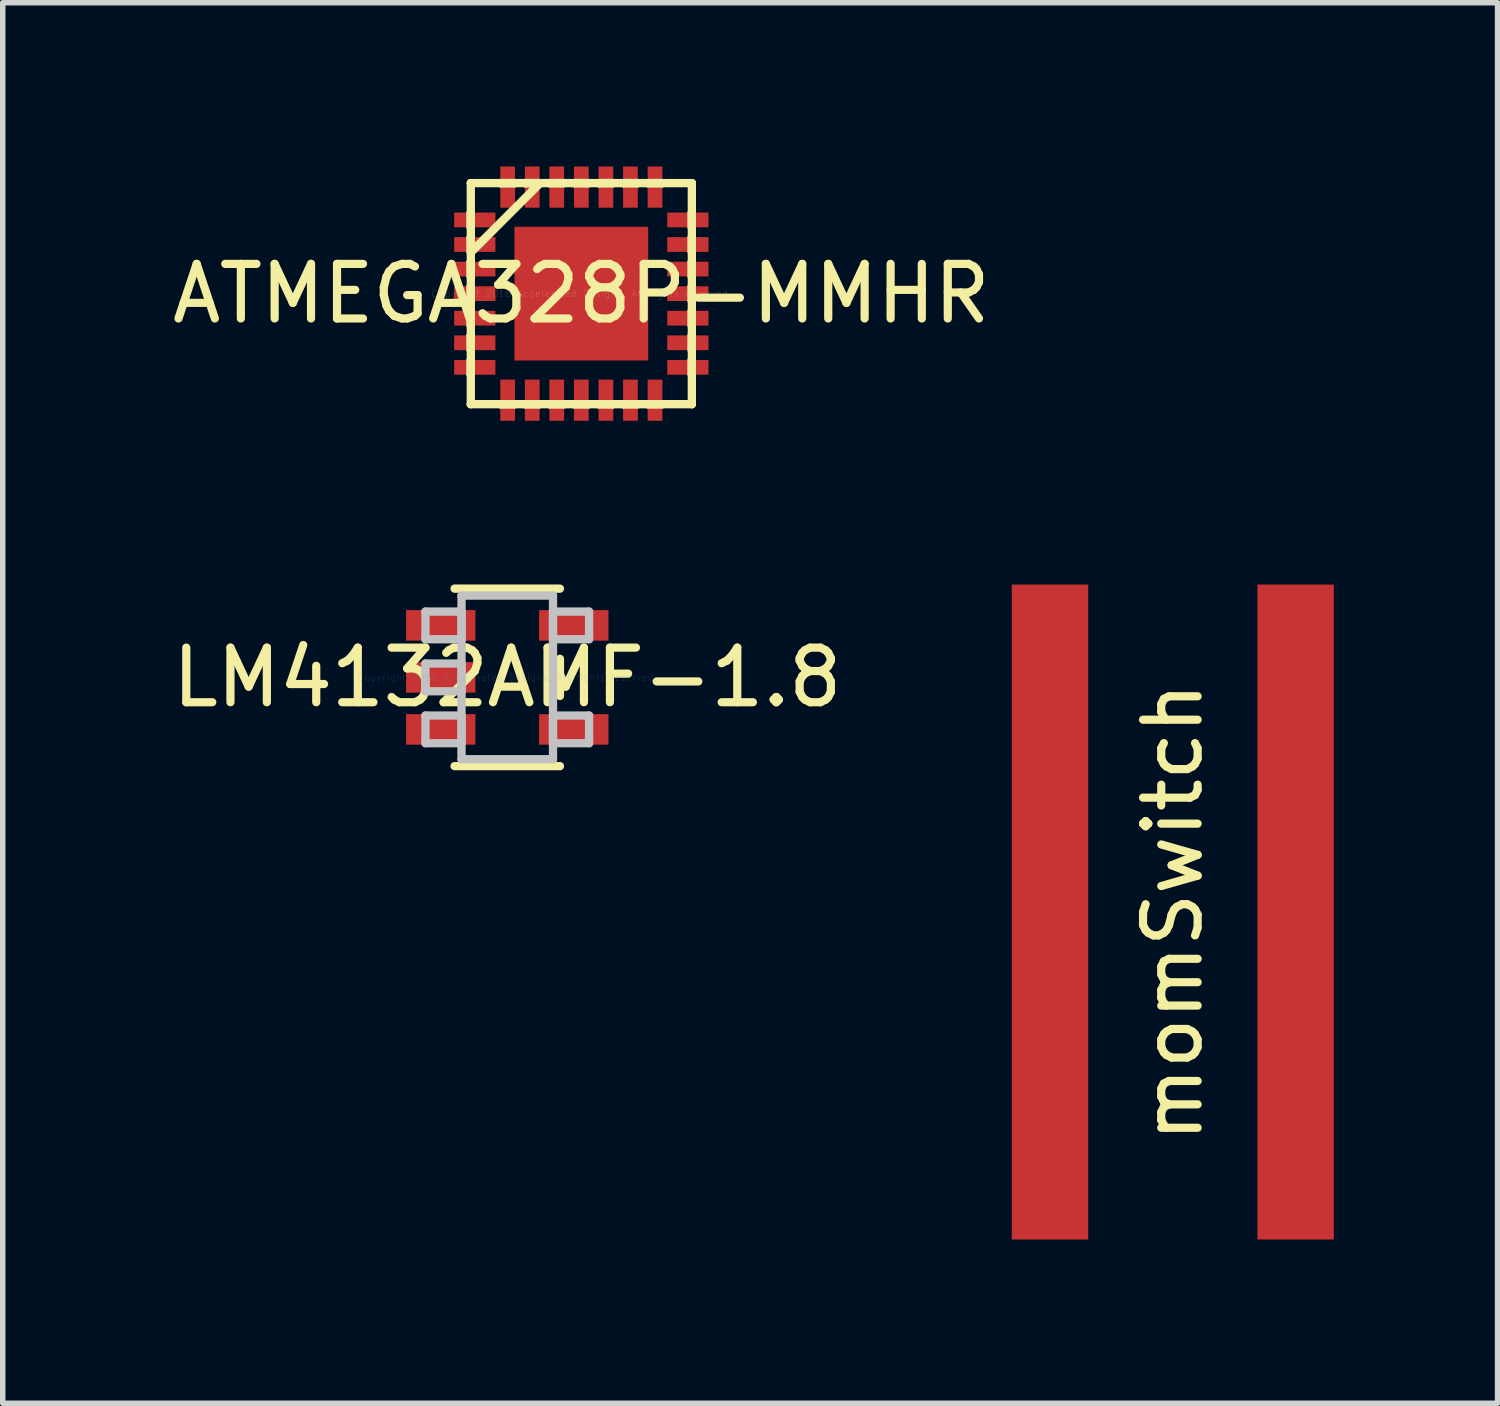
<source format=kicad_pcb>
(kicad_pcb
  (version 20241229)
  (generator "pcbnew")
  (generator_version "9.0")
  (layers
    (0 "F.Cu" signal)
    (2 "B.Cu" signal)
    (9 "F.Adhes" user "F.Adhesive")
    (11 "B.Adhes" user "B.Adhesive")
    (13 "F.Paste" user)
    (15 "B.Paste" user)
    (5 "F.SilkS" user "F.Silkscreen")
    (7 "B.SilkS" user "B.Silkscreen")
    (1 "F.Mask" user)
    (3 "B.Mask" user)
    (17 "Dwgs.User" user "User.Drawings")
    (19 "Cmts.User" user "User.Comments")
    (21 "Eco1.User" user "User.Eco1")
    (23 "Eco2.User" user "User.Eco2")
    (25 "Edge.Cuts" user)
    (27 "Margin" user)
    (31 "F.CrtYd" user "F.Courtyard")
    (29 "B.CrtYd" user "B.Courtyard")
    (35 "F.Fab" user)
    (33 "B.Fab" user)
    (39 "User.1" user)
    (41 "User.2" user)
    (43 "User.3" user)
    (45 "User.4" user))
  (footprint "ATMEGA328P-MMHR"
    (layer "F.Cu")
    (at 7.601 2.33)
    (property "Reference" "ATMEGA328P-MMHR" (at 0 0 0) (layer "F.SilkS") (effects (font (size 1 1) (thickness 0.15))))
    (attr through_hole)
    (fp_line (start -2.025 -2.025) (end -2.025 -2.025) (stroke (width 0.152) (type solid)) (layer "F.SilkS"))
    (fp_line (start -2.025 -2.025) (end -2.025 2.025) (stroke (width 0.152) (type solid)) (layer "F.SilkS"))
    (fp_line (start -2.025 -1.485) (end -2.025 -1.485) (stroke (width 0.152) (type solid)) (layer "F.SilkS"))
    (fp_line (start -2.025 -1.485) (end -2.025 -1.215) (stroke (width 0.152) (type solid)) (layer "F.SilkS"))
    (fp_line (start -2.025 -1.215) (end -2.025 -1.485) (stroke (width 0.152) (type solid)) (layer "F.SilkS"))
    (fp_line (start -2.025 -1.215) (end -2.025 -1.215) (stroke (width 0.152) (type solid)) (layer "F.SilkS"))
    (fp_line (start -2.025 -1.035) (end -2.025 -1.035) (stroke (width 0.152) (type solid)) (layer "F.SilkS"))
    (fp_line (start -2.025 -1.035) (end -2.025 -0.765) (stroke (width 0.152) (type solid)) (layer "F.SilkS"))
    (fp_line (start -2.025 -0.765) (end -2.025 -1.035) (stroke (width 0.152) (type solid)) (layer "F.SilkS"))
    (fp_line (start -2.025 -0.765) (end -2.025 -0.765) (stroke (width 0.152) (type solid)) (layer "F.SilkS"))
    (fp_line (start -2.025 -0.755) (end -0.755 -2.025) (stroke (width 0.152) (type solid)) (layer "F.SilkS"))
    (fp_line (start -2.025 -0.585) (end -2.025 -0.585) (stroke (width 0.152) (type solid)) (layer "F.SilkS"))
    (fp_line (start -2.025 -0.585) (end -2.025 -0.315) (stroke (width 0.152) (type solid)) (layer "F.SilkS"))
    (fp_line (start -2.025 -0.315) (end -2.025 -0.585) (stroke (width 0.152) (type solid)) (layer "F.SilkS"))
    (fp_line (start -2.025 -0.315) (end -2.025 -0.315) (stroke (width 0.152) (type solid)) (layer "F.SilkS"))
    (fp_line (start -2.025 -0.135) (end -2.025 -0.135) (stroke (width 0.152) (type solid)) (layer "F.SilkS"))
    (fp_line (start -2.025 -0.135) (end -2.025 0.135) (stroke (width 0.152) (type solid)) (layer "F.SilkS"))
    (fp_line (start -2.025 0.135) (end -2.025 -0.135) (stroke (width 0.152) (type solid)) (layer "F.SilkS"))
    (fp_line (start -2.025 0.135) (end -2.025 0.135) (stroke (width 0.152) (type solid)) (layer "F.SilkS"))
    (fp_line (start -2.025 0.315) (end -2.025 0.315) (stroke (width 0.152) (type solid)) (layer "F.SilkS"))
    (fp_line (start -2.025 0.315) (end -2.025 0.585) (stroke (width 0.152) (type solid)) (layer "F.SilkS"))
    (fp_line (start -2.025 0.585) (end -2.025 0.315) (stroke (width 0.152) (type solid)) (layer "F.SilkS"))
    (fp_line (start -2.025 0.585) (end -2.025 0.585) (stroke (width 0.152) (type solid)) (layer "F.SilkS"))
    (fp_line (start -2.025 0.765) (end -2.025 0.765) (stroke (width 0.152) (type solid)) (layer "F.SilkS"))
    (fp_line (start -2.025 0.765) (end -2.025 1.035) (stroke (width 0.152) (type solid)) (layer "F.SilkS"))
    (fp_line (start -2.025 1.035) (end -2.025 0.765) (stroke (width 0.152) (type solid)) (layer "F.SilkS"))
    (fp_line (start -2.025 1.035) (end -2.025 1.035) (stroke (width 0.152) (type solid)) (layer "F.SilkS"))
    (fp_line (start -2.025 1.215) (end -2.025 1.215) (stroke (width 0.152) (type solid)) (layer "F.SilkS"))
    (fp_line (start -2.025 1.215) (end -2.025 1.485) (stroke (width 0.152) (type solid)) (layer "F.SilkS"))
    (fp_line (start -2.025 1.485) (end -2.025 1.215) (stroke (width 0.152) (type solid)) (layer "F.SilkS"))
    (fp_line (start -2.025 1.485) (end -2.025 1.485) (stroke (width 0.152) (type solid)) (layer "F.SilkS"))
    (fp_line (start -2.025 2.025) (end -2.025 2.025) (stroke (width 0.152) (type solid)) (layer "F.SilkS"))
    (fp_line (start -2.025 2.025) (end 2.025 2.025) (stroke (width 0.152) (type solid)) (layer "F.SilkS"))
    (fp_line (start -1.485 -2.025) (end -1.485 -2.025) (stroke (width 0.152) (type solid)) (layer "F.SilkS"))
    (fp_line (start -1.485 -2.025) (end -1.215 -2.025) (stroke (width 0.152) (type solid)) (layer "F.SilkS"))
    (fp_line (start -1.485 2.025) (end -1.485 2.025) (stroke (width 0.152) (type solid)) (layer "F.SilkS"))
    (fp_line (start -1.485 2.025) (end -1.215 2.025) (stroke (width 0.152) (type solid)) (layer "F.SilkS"))
    (fp_line (start -1.215 -2.025) (end -1.485 -2.025) (stroke (width 0.152) (type solid)) (layer "F.SilkS"))
    (fp_line (start -1.215 -2.025) (end -1.215 -2.025) (stroke (width 0.152) (type solid)) (layer "F.SilkS"))
    (fp_line (start -1.215 2.025) (end -1.485 2.025) (stroke (width 0.152) (type solid)) (layer "F.SilkS"))
    (fp_line (start -1.215 2.025) (end -1.215 2.025) (stroke (width 0.152) (type solid)) (layer "F.SilkS"))
    (fp_line (start -1.035 -2.025) (end -1.035 -2.025) (stroke (width 0.152) (type solid)) (layer "F.SilkS"))
    (fp_line (start -1.035 -2.025) (end -0.765 -2.025) (stroke (width 0.152) (type solid)) (layer "F.SilkS"))
    (fp_line (start -1.035 2.025) (end -1.035 2.025) (stroke (width 0.152) (type solid)) (layer "F.SilkS"))
    (fp_line (start -1.035 2.025) (end -0.765 2.025) (stroke (width 0.152) (type solid)) (layer "F.SilkS"))
    (fp_line (start -0.765 -2.025) (end -1.035 -2.025) (stroke (width 0.152) (type solid)) (layer "F.SilkS"))
    (fp_line (start -0.765 -2.025) (end -0.765 -2.025) (stroke (width 0.152) (type solid)) (layer "F.SilkS"))
    (fp_line (start -0.765 2.025) (end -1.035 2.025) (stroke (width 0.152) (type solid)) (layer "F.SilkS"))
    (fp_line (start -0.765 2.025) (end -0.765 2.025) (stroke (width 0.152) (type solid)) (layer "F.SilkS"))
    (fp_line (start -0.585 -2.025) (end -0.585 -2.025) (stroke (width 0.152) (type solid)) (layer "F.SilkS"))
    (fp_line (start -0.585 -2.025) (end -0.315 -2.025) (stroke (width 0.152) (type solid)) (layer "F.SilkS"))
    (fp_line (start -0.585 2.025) (end -0.585 2.025) (stroke (width 0.152) (type solid)) (layer "F.SilkS"))
    (fp_line (start -0.585 2.025) (end -0.315 2.025) (stroke (width 0.152) (type solid)) (layer "F.SilkS"))
    (fp_line (start -0.315 -2.025) (end -0.585 -2.025) (stroke (width 0.152) (type solid)) (layer "F.SilkS"))
    (fp_line (start -0.315 -2.025) (end -0.315 -2.025) (stroke (width 0.152) (type solid)) (layer "F.SilkS"))
    (fp_line (start -0.315 2.025) (end -0.585 2.025) (stroke (width 0.152) (type solid)) (layer "F.SilkS"))
    (fp_line (start -0.315 2.025) (end -0.315 2.025) (stroke (width 0.152) (type solid)) (layer "F.SilkS"))
    (fp_line (start -0.135 -2.025) (end -0.135 -2.025) (stroke (width 0.152) (type solid)) (layer "F.SilkS"))
    (fp_line (start -0.135 -2.025) (end 0.135 -2.025) (stroke (width 0.152) (type solid)) (layer "F.SilkS"))
    (fp_line (start -0.135 2.025) (end -0.135 2.025) (stroke (width 0.152) (type solid)) (layer "F.SilkS"))
    (fp_line (start -0.135 2.025) (end 0.135 2.025) (stroke (width 0.152) (type solid)) (layer "F.SilkS"))
    (fp_line (start 0.135 -2.025) (end -0.135 -2.025) (stroke (width 0.152) (type solid)) (layer "F.SilkS"))
    (fp_line (start 0.135 -2.025) (end 0.135 -2.025) (stroke (width 0.152) (type solid)) (layer "F.SilkS"))
    (fp_line (start 0.135 2.025) (end -0.135 2.025) (stroke (width 0.152) (type solid)) (layer "F.SilkS"))
    (fp_line (start 0.135 2.025) (end 0.135 2.025) (stroke (width 0.152) (type solid)) (layer "F.SilkS"))
    (fp_line (start 0.315 -2.025) (end 0.315 -2.025) (stroke (width 0.152) (type solid)) (layer "F.SilkS"))
    (fp_line (start 0.315 -2.025) (end 0.585 -2.025) (stroke (width 0.152) (type solid)) (layer "F.SilkS"))
    (fp_line (start 0.315 2.025) (end 0.315 2.025) (stroke (width 0.152) (type solid)) (layer "F.SilkS"))
    (fp_line (start 0.315 2.025) (end 0.585 2.025) (stroke (width 0.152) (type solid)) (layer "F.SilkS"))
    (fp_line (start 0.585 -2.025) (end 0.315 -2.025) (stroke (width 0.152) (type solid)) (layer "F.SilkS"))
    (fp_line (start 0.585 -2.025) (end 0.585 -2.025) (stroke (width 0.152) (type solid)) (layer "F.SilkS"))
    (fp_line (start 0.585 2.025) (end 0.315 2.025) (stroke (width 0.152) (type solid)) (layer "F.SilkS"))
    (fp_line (start 0.585 2.025) (end 0.585 2.025) (stroke (width 0.152) (type solid)) (layer "F.SilkS"))
    (fp_line (start 0.765 -2.025) (end 0.765 -2.025) (stroke (width 0.152) (type solid)) (layer "F.SilkS"))
    (fp_line (start 0.765 -2.025) (end 1.035 -2.025) (stroke (width 0.152) (type solid)) (layer "F.SilkS"))
    (fp_line (start 0.765 2.025) (end 0.765 2.025) (stroke (width 0.152) (type solid)) (layer "F.SilkS"))
    (fp_line (start 0.765 2.025) (end 1.035 2.025) (stroke (width 0.152) (type solid)) (layer "F.SilkS"))
    (fp_line (start 1.035 -2.025) (end 0.765 -2.025) (stroke (width 0.152) (type solid)) (layer "F.SilkS"))
    (fp_line (start 1.035 -2.025) (end 1.035 -2.025) (stroke (width 0.152) (type solid)) (layer "F.SilkS"))
    (fp_line (start 1.035 2.025) (end 0.765 2.025) (stroke (width 0.152) (type solid)) (layer "F.SilkS"))
    (fp_line (start 1.035 2.025) (end 1.035 2.025) (stroke (width 0.152) (type solid)) (layer "F.SilkS"))
    (fp_line (start 1.215 -2.025) (end 1.215 -2.025) (stroke (width 0.152) (type solid)) (layer "F.SilkS"))
    (fp_line (start 1.215 -2.025) (end 1.485 -2.025) (stroke (width 0.152) (type solid)) (layer "F.SilkS"))
    (fp_line (start 1.215 2.025) (end 1.215 2.025) (stroke (width 0.152) (type solid)) (layer "F.SilkS"))
    (fp_line (start 1.215 2.025) (end 1.485 2.025) (stroke (width 0.152) (type solid)) (layer "F.SilkS"))
    (fp_line (start 1.485 -2.025) (end 1.215 -2.025) (stroke (width 0.152) (type solid)) (layer "F.SilkS"))
    (fp_line (start 1.485 -2.025) (end 1.485 -2.025) (stroke (width 0.152) (type solid)) (layer "F.SilkS"))
    (fp_line (start 1.485 2.025) (end 1.215 2.025) (stroke (width 0.152) (type solid)) (layer "F.SilkS"))
    (fp_line (start 1.485 2.025) (end 1.485 2.025) (stroke (width 0.152) (type solid)) (layer "F.SilkS"))
    (fp_line (start 2.025 -2.025) (end -2.025 -2.025) (stroke (width 0.152) (type solid)) (layer "F.SilkS"))
    (fp_line (start 2.025 -2.025) (end 2.025 -2.025) (stroke (width 0.152) (type solid)) (layer "F.SilkS"))
    (fp_line (start 2.025 -1.485) (end 2.025 -1.485) (stroke (width 0.152) (type solid)) (layer "F.SilkS"))
    (fp_line (start 2.025 -1.485) (end 2.025 -1.215) (stroke (width 0.152) (type solid)) (layer "F.SilkS"))
    (fp_line (start 2.025 -1.215) (end 2.025 -1.485) (stroke (width 0.152) (type solid)) (layer "F.SilkS"))
    (fp_line (start 2.025 -1.215) (end 2.025 -1.215) (stroke (width 0.152) (type solid)) (layer "F.SilkS"))
    (fp_line (start 2.025 -1.035) (end 2.025 -1.035) (stroke (width 0.152) (type solid)) (layer "F.SilkS"))
    (fp_line (start 2.025 -1.035) (end 2.025 -0.765) (stroke (width 0.152) (type solid)) (layer "F.SilkS"))
    (fp_line (start 2.025 -0.765) (end 2.025 -1.035) (stroke (width 0.152) (type solid)) (layer "F.SilkS"))
    (fp_line (start 2.025 -0.765) (end 2.025 -0.765) (stroke (width 0.152) (type solid)) (layer "F.SilkS"))
    (fp_line (start 2.025 -0.585) (end 2.025 -0.585) (stroke (width 0.152) (type solid)) (layer "F.SilkS"))
    (fp_line (start 2.025 -0.585) (end 2.025 -0.315) (stroke (width 0.152) (type solid)) (layer "F.SilkS"))
    (fp_line (start 2.025 -0.315) (end 2.025 -0.585) (stroke (width 0.152) (type solid)) (layer "F.SilkS"))
    (fp_line (start 2.025 -0.315) (end 2.025 -0.315) (stroke (width 0.152) (type solid)) (layer "F.SilkS"))
    (fp_line (start 2.025 -0.135) (end 2.025 -0.135) (stroke (width 0.152) (type solid)) (layer "F.SilkS"))
    (fp_line (start 2.025 -0.135) (end 2.025 0.135) (stroke (width 0.152) (type solid)) (layer "F.SilkS"))
    (fp_line (start 2.025 0.135) (end 2.025 -0.135) (stroke (width 0.152) (type solid)) (layer "F.SilkS"))
    (fp_line (start 2.025 0.135) (end 2.025 0.135) (stroke (width 0.152) (type solid)) (layer "F.SilkS"))
    (fp_line (start 2.025 0.315) (end 2.025 0.315) (stroke (width 0.152) (type solid)) (layer "F.SilkS"))
    (fp_line (start 2.025 0.315) (end 2.025 0.585) (stroke (width 0.152) (type solid)) (layer "F.SilkS"))
    (fp_line (start 2.025 0.585) (end 2.025 0.315) (stroke (width 0.152) (type solid)) (layer "F.SilkS"))
    (fp_line (start 2.025 0.585) (end 2.025 0.585) (stroke (width 0.152) (type solid)) (layer "F.SilkS"))
    (fp_line (start 2.025 0.765) (end 2.025 0.765) (stroke (width 0.152) (type solid)) (layer "F.SilkS"))
    (fp_line (start 2.025 0.765) (end 2.025 1.035) (stroke (width 0.152) (type solid)) (layer "F.SilkS"))
    (fp_line (start 2.025 1.035) (end 2.025 0.765) (stroke (width 0.152) (type solid)) (layer "F.SilkS"))
    (fp_line (start 2.025 1.035) (end 2.025 1.035) (stroke (width 0.152) (type solid)) (layer "F.SilkS"))
    (fp_line (start 2.025 1.215) (end 2.025 1.215) (stroke (width 0.152) (type solid)) (layer "F.SilkS"))
    (fp_line (start 2.025 1.215) (end 2.025 1.485) (stroke (width 0.152) (type solid)) (layer "F.SilkS"))
    (fp_line (start 2.025 1.485) (end 2.025 1.215) (stroke (width 0.152) (type solid)) (layer "F.SilkS"))
    (fp_line (start 2.025 1.485) (end 2.025 1.485) (stroke (width 0.152) (type solid)) (layer "F.SilkS"))
    (fp_line (start 2.025 2.025) (end 2.025 -2.025) (stroke (width 0.152) (type solid)) (layer "F.SilkS"))
    (fp_line (start 2.025 2.025) (end 2.025 2.025) (stroke (width 0.152) (type solid)) (layer "F.SilkS"))
    (fp_text user "Copyright 2016 Accelerated Designs. All rights reserved." (at 0 0 0) (layer "F.SilkS") (effects (font (size 0.127 0.127) (thickness 0.002))))
    (pad "1" smd rect (at -1.952 -1.35 90) (size 0.27 0.755) (layers "F.Cu" "F.Mask" "F.Paste"))
    (pad "2" smd rect (at -1.952 -0.9 90) (size 0.27 0.755) (layers "F.Cu" "F.Mask" "F.Paste"))
    (pad "3" smd rect (at -1.952 -0.45 90) (size 0.27 0.755) (layers "F.Cu" "F.Mask" "F.Paste"))
    (pad "4" smd rect (at -1.952 0 90) (size 0.27 0.755) (layers "F.Cu" "F.Mask" "F.Paste"))
    (pad "5" smd rect (at -1.952 0.45 90) (size 0.27 0.755) (layers "F.Cu" "F.Mask" "F.Paste"))
    (pad "6" smd rect (at -1.952 0.9 90) (size 0.27 0.755) (layers "F.Cu" "F.Mask" "F.Paste"))
    (pad "7" smd rect (at -1.952 1.35 90) (size 0.27 0.755) (layers "F.Cu" "F.Mask" "F.Paste"))
    (pad "8" smd rect (at -1.35 1.952) (size 0.27 0.755) (layers "F.Cu" "F.Mask" "F.Paste"))
    (pad "9" smd rect (at -0.9 1.952) (size 0.27 0.755) (layers "F.Cu" "F.Mask" "F.Paste"))
    (pad "10" smd rect (at -0.45 1.952) (size 0.27 0.755) (layers "F.Cu" "F.Mask" "F.Paste"))
    (pad "11" smd rect (at 0 1.952) (size 0.27 0.755) (layers "F.Cu" "F.Mask" "F.Paste"))
    (pad "12" smd rect (at 0.45 1.952) (size 0.27 0.755) (layers "F.Cu" "F.Mask" "F.Paste"))
    (pad "13" smd rect (at 0.9 1.952) (size 0.27 0.755) (layers "F.Cu" "F.Mask" "F.Paste"))
    (pad "14" smd rect (at 1.35 1.952) (size 0.27 0.755) (layers "F.Cu" "F.Mask" "F.Paste"))
    (pad "15" smd rect (at 1.952 1.35 90) (size 0.27 0.755) (layers "F.Cu" "F.Mask" "F.Paste"))
    (pad "16" smd rect (at 1.952 0.9 90) (size 0.27 0.755) (layers "F.Cu" "F.Mask" "F.Paste"))
    (pad "17" smd rect (at 1.952 0.45 90) (size 0.27 0.755) (layers "F.Cu" "F.Mask" "F.Paste"))
    (pad "18" smd rect (at 1.952 0 90) (size 0.27 0.755) (layers "F.Cu" "F.Mask" "F.Paste"))
    (pad "19" smd rect (at 1.952 -0.45 90) (size 0.27 0.755) (layers "F.Cu" "F.Mask" "F.Paste"))
    (pad "20" smd rect (at 1.952 -0.9 90) (size 0.27 0.755) (layers "F.Cu" "F.Mask" "F.Paste"))
    (pad "21" smd rect (at 1.952 -1.35 90) (size 0.27 0.755) (layers "F.Cu" "F.Mask" "F.Paste"))
    (pad "22" smd rect (at 1.35 -1.952) (size 0.27 0.755) (layers "F.Cu" "F.Mask" "F.Paste"))
    (pad "23" smd rect (at 0.9 -1.952) (size 0.27 0.755) (layers "F.Cu" "F.Mask" "F.Paste"))
    (pad "24" smd rect (at 0.45 -1.952) (size 0.27 0.755) (layers "F.Cu" "F.Mask" "F.Paste"))
    (pad "25" smd rect (at 0 -1.952) (size 0.27 0.755) (layers "F.Cu" "F.Mask" "F.Paste"))
    (pad "26" smd rect (at -0.45 -1.952) (size 0.27 0.755) (layers "F.Cu" "F.Mask" "F.Paste"))
    (pad "27" smd rect (at -0.9 -1.952) (size 0.27 0.755) (layers "F.Cu" "F.Mask" "F.Paste"))
    (pad "28" smd rect (at -1.35 -1.952) (size 0.27 0.755) (layers "F.Cu" "F.Mask" "F.Paste"))
    (pad "29" smd rect (at 0 0) (size 0.025 0.025) (layers "F.Cu" "F.Mask" "F.Paste"))
    (pad "29" smd rect (at 0 0) (size 2.45 2.45) (layers "F.Cu" "F.Mask" "F.Paste")))
  (footprint "momSwitch"
    (layer "F.Cu")
    (at 18.438 13.66)
    (property "Reference" "momSwitch" (at 0 0 90) (layer "F.SilkS") (effects (font (size 1 1) (thickness 0.15))))
    (attr through_hole)
    (pad "1" smd rect (at 2.25 0) (size 1.4 12) (layers "F.Cu" "F.Mask" "F.Paste"))
    (pad "2" smd rect (at -2.25 0) (size 1.4 12) (layers "F.Cu" "F.Mask" "F.Paste")))
  (footprint "LM4132AMF-1.8"
    (layer "F.Cu")
    (at 6.244 9.361)
    (property "Reference" "LM4132AMF-1.8" (at 0 0 0) (layer "F.SilkS") (effects (font (size 1 1) (thickness 0.15))))
    (attr through_hole)
    (fp_line (start -0.965 1.626) (end 0.965 1.626) (stroke (width 0.152) (type solid)) (layer "F.SilkS"))
    (fp_line (start 0.965 -1.626) (end -0.965 -1.626) (stroke (width 0.152) (type solid)) (layer "F.SilkS"))
    (fp_line (start 0.965 0.34) (end 0.965 -0.34) (stroke (width 0.152) (type solid)) (layer "F.SilkS"))
    (fp_line (start -1.499 -1.206) (end -1.499 -0.699) (stroke (width 0.152) (type solid)) (layer "Dwgs.User"))
    (fp_line (start -1.499 -0.699) (end -0.838 -0.699) (stroke (width 0.152) (type solid)) (layer "Dwgs.User"))
    (fp_line (start -1.499 -0.254) (end -1.499 0.254) (stroke (width 0.152) (type solid)) (layer "Dwgs.User"))
    (fp_line (start -1.499 0.254) (end -0.838 0.254) (stroke (width 0.152) (type solid)) (layer "Dwgs.User"))
    (fp_line (start -1.499 0.699) (end -1.499 1.206) (stroke (width 0.152) (type solid)) (layer "Dwgs.User"))
    (fp_line (start -1.499 1.206) (end -0.838 1.206) (stroke (width 0.152) (type solid)) (layer "Dwgs.User"))
    (fp_line (start -0.838 -1.499) (end -0.838 1.499) (stroke (width 0.152) (type solid)) (layer "Dwgs.User"))
    (fp_line (start -0.838 -1.206) (end -1.499 -1.206) (stroke (width 0.152) (type solid)) (layer "Dwgs.User"))
    (fp_line (start -0.838 -0.699) (end -0.838 -1.206) (stroke (width 0.152) (type solid)) (layer "Dwgs.User"))
    (fp_line (start -0.838 -0.254) (end -1.499 -0.254) (stroke (width 0.152) (type solid)) (layer "Dwgs.User"))
    (fp_line (start -0.838 0.254) (end -0.838 -0.254) (stroke (width 0.152) (type solid)) (layer "Dwgs.User"))
    (fp_line (start -0.838 0.699) (end -1.499 0.699) (stroke (width 0.152) (type solid)) (layer "Dwgs.User"))
    (fp_line (start -0.838 1.206) (end -0.838 0.699) (stroke (width 0.152) (type solid)) (layer "Dwgs.User"))
    (fp_line (start -0.838 1.499) (end 0.838 1.499) (stroke (width 0.152) (type solid)) (layer "Dwgs.User"))
    (fp_line (start 0.838 -1.499) (end -0.838 -1.499) (stroke (width 0.152) (type solid)) (layer "Dwgs.User"))
    (fp_line (start 0.838 -1.206) (end 0.838 -0.699) (stroke (width 0.152) (type solid)) (layer "Dwgs.User"))
    (fp_line (start 0.838 -0.699) (end 1.499 -0.699) (stroke (width 0.152) (type solid)) (layer "Dwgs.User"))
    (fp_line (start 0.838 0.699) (end 0.838 1.206) (stroke (width 0.152) (type solid)) (layer "Dwgs.User"))
    (fp_line (start 0.838 1.206) (end 1.499 1.206) (stroke (width 0.152) (type solid)) (layer "Dwgs.User"))
    (fp_line (start 0.838 1.499) (end 0.838 -1.499) (stroke (width 0.152) (type solid)) (layer "Dwgs.User"))
    (fp_line (start 1.499 -1.206) (end 0.838 -1.206) (stroke (width 0.152) (type solid)) (layer "Dwgs.User"))
    (fp_line (start 1.499 -0.699) (end 1.499 -1.206) (stroke (width 0.152) (type solid)) (layer "Dwgs.User"))
    (fp_line (start 1.499 0.699) (end 0.838 0.699) (stroke (width 0.152) (type solid)) (layer "Dwgs.User"))
    (fp_line (start 1.499 1.206) (end 1.499 0.699) (stroke (width 0.152) (type solid)) (layer "Dwgs.User"))
    (fp_text user "Copyright 2016 Accelerated Designs. All rights reserved." (at 0 0 0) (layer "Cmts.User") (effects (font (size 0.127 0.127) (thickness 0.002))))
    (pad "1" smd rect (at -1.219 -0.953) (size 1.27 0.559) (layers "F.Cu"))
    (pad "2" smd rect (at -1.219 0) (size 1.27 0.559) (layers "F.Cu"))
    (pad "3" smd rect (at -1.219 0.953) (size 1.27 0.559) (layers "F.Cu"))
    (pad "4" smd rect (at 1.219 0.953) (size 1.27 0.559) (layers "F.Cu"))
    (pad "5" smd rect (at 1.219 -0.953) (size 1.27 0.559) (layers "F.Cu")))
  (gr_rect
    (start -3 -3)
    (end 24.388 22.66)
    (stroke (width 0.1) (type default))
    (fill no)
    (layer "Edge.Cuts")))
</source>
